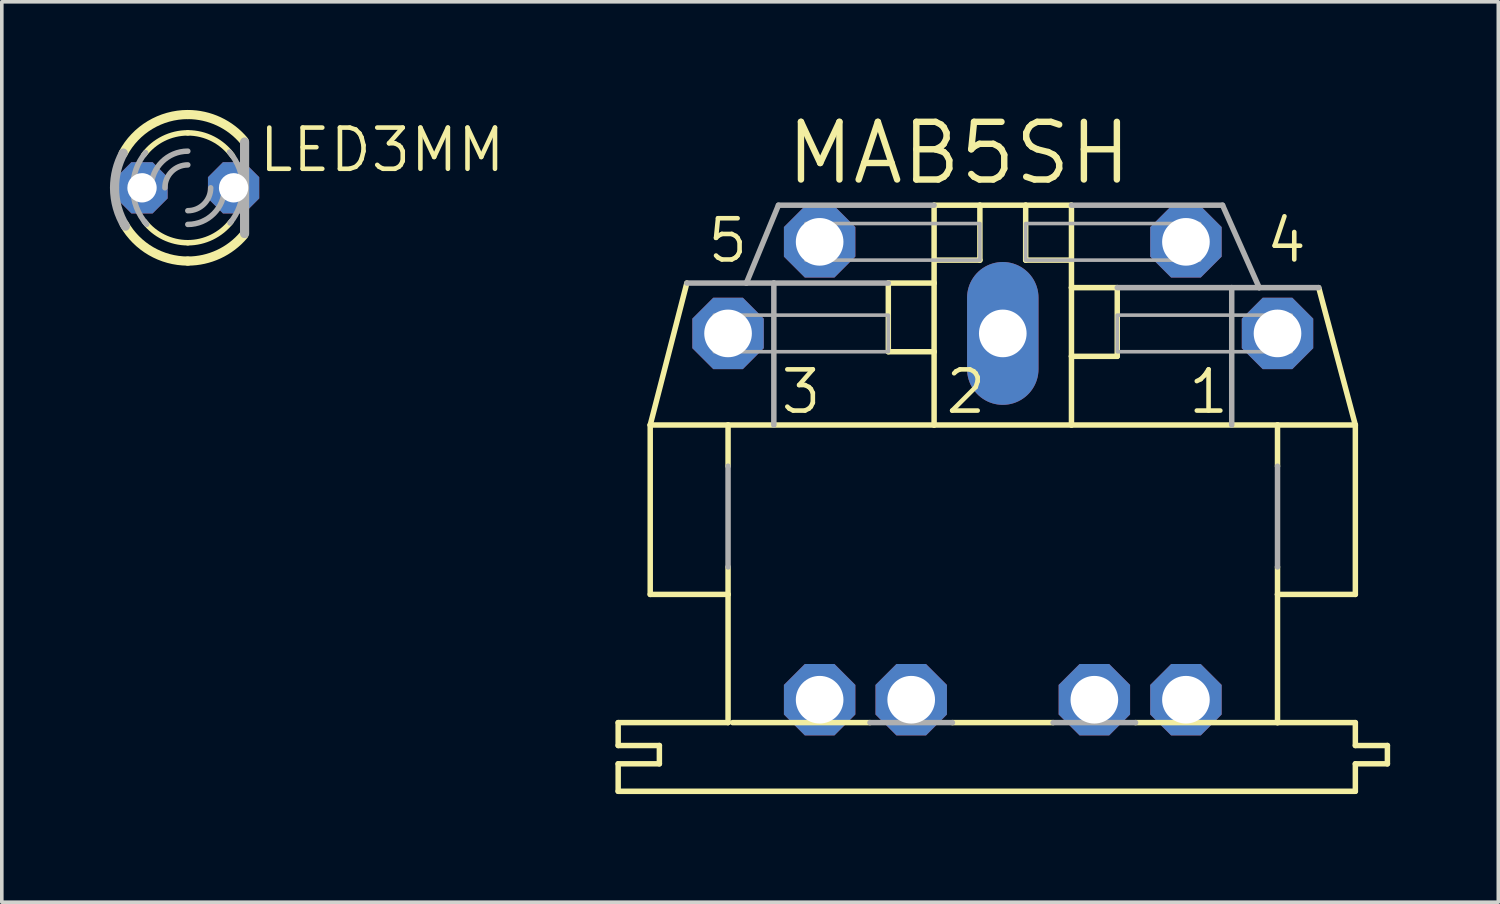
<source format=kicad_pcb>
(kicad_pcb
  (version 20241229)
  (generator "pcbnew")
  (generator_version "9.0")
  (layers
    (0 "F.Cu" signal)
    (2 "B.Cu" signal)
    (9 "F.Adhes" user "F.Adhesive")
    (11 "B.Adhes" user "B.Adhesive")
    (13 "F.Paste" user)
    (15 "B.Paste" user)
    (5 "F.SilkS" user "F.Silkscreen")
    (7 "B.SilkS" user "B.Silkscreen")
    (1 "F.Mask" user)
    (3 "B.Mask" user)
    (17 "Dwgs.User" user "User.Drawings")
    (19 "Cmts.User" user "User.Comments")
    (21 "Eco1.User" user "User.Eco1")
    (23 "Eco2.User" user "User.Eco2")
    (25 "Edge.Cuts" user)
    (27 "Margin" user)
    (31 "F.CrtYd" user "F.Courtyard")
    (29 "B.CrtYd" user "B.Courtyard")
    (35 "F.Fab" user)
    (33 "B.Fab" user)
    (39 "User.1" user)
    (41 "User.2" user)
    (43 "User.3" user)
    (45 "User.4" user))
  (footprint "MAB5SH"
    (layer "F.Cu")
    (at 24.764 13.818)
    (property "Reference" "MAB5SH" (at -6.096 -11.684 0) (layer "F.SilkS") (effects (font (size 1.6 1.6) (thickness 0.178)) (justify left bottom)))
    (fp_line (start -10.668 3.81) (end -10.668 3.175) (stroke (width 0.152) (type solid)) (layer "F.SilkS"))
    (fp_line (start -10.668 3.81) (end -9.525 3.81) (stroke (width 0.152) (type solid)) (layer "F.SilkS"))
    (fp_line (start -10.668 5.08) (end -10.668 4.318) (stroke (width 0.152) (type solid)) (layer "F.SilkS"))
    (fp_line (start -10.668 5.08) (end 9.779 5.08) (stroke (width 0.152) (type solid)) (layer "F.SilkS"))
    (fp_line (start -9.779 -0.381) (end -9.779 -5.08) (stroke (width 0.152) (type solid)) (layer "F.SilkS"))
    (fp_line (start -9.779 -0.381) (end -7.62 -0.381) (stroke (width 0.152) (type solid)) (layer "F.SilkS"))
    (fp_line (start -9.525 4.318) (end -10.668 4.318) (stroke (width 0.152) (type solid)) (layer "F.SilkS"))
    (fp_line (start -9.525 4.318) (end -9.525 3.81) (stroke (width 0.152) (type solid)) (layer "F.SilkS"))
    (fp_line (start -8.763 -9.017) (end -9.779 -5.08) (stroke (width 0.152) (type solid)) (layer "F.SilkS"))
    (fp_line (start -7.62 -5.08) (end -9.779 -5.08) (stroke (width 0.152) (type solid)) (layer "F.SilkS"))
    (fp_line (start -7.62 -5.08) (end -7.62 -3.937) (stroke (width 0.152) (type solid)) (layer "F.SilkS"))
    (fp_line (start -7.62 -0.381) (end -7.62 -1.143) (stroke (width 0.152) (type solid)) (layer "F.SilkS"))
    (fp_line (start -7.62 3.175) (end -10.668 3.175) (stroke (width 0.152) (type solid)) (layer "F.SilkS"))
    (fp_line (start -7.62 3.175) (end -7.62 -0.381) (stroke (width 0.152) (type solid)) (layer "F.SilkS"))
    (fp_line (start -7.493 3.175) (end -3.683 3.175) (stroke (width 0.152) (type solid)) (layer "F.SilkS"))
    (fp_line (start -3.175 -9.017) (end -3.175 -7.112) (stroke (width 0.152) (type solid)) (layer "F.SilkS"))
    (fp_line (start -1.905 -11.176) (end -1.905 -9.652) (stroke (width 0.152) (type solid)) (layer "F.SilkS"))
    (fp_line (start -1.905 -9.652) (end -1.905 -9.017) (stroke (width 0.152) (type solid)) (layer "F.SilkS"))
    (fp_line (start -1.905 -9.652) (end -0.635 -9.652) (stroke (width 0.152) (type solid)) (layer "F.SilkS"))
    (fp_line (start -1.905 -9.017) (end -3.175 -9.017) (stroke (width 0.152) (type solid)) (layer "F.SilkS"))
    (fp_line (start -1.905 -9.017) (end -1.905 -7.112) (stroke (width 0.152) (type solid)) (layer "F.SilkS"))
    (fp_line (start -1.905 -7.112) (end -3.175 -7.112) (stroke (width 0.152) (type solid)) (layer "F.SilkS"))
    (fp_line (start -1.905 -7.112) (end -1.905 -5.08) (stroke (width 0.152) (type solid)) (layer "F.SilkS"))
    (fp_line (start -1.905 -5.08) (end -7.62 -5.08) (stroke (width 0.152) (type solid)) (layer "F.SilkS"))
    (fp_line (start -1.397 3.175) (end 1.397 3.175) (stroke (width 0.152) (type solid)) (layer "F.SilkS"))
    (fp_line (start -0.635 -11.176) (end -1.905 -11.176) (stroke (width 0.152) (type solid)) (layer "F.SilkS"))
    (fp_line (start -0.635 -11.176) (end -0.635 -9.652) (stroke (width 0.152) (type solid)) (layer "F.SilkS"))
    (fp_line (start 0.635 -11.176) (end -0.635 -11.176) (stroke (width 0.152) (type solid)) (layer "F.SilkS"))
    (fp_line (start 0.635 -11.176) (end 0.635 -9.652) (stroke (width 0.152) (type solid)) (layer "F.SilkS"))
    (fp_line (start 1.905 -11.176) (end 0.635 -11.176) (stroke (width 0.152) (type solid)) (layer "F.SilkS"))
    (fp_line (start 1.905 -11.176) (end 1.905 -9.652) (stroke (width 0.152) (type solid)) (layer "F.SilkS"))
    (fp_line (start 1.905 -9.652) (end 0.635 -9.652) (stroke (width 0.152) (type solid)) (layer "F.SilkS"))
    (fp_line (start 1.905 -9.652) (end 1.905 -8.89) (stroke (width 0.152) (type solid)) (layer "F.SilkS"))
    (fp_line (start 1.905 -8.89) (end 1.905 -6.985) (stroke (width 0.152) (type solid)) (layer "F.SilkS"))
    (fp_line (start 1.905 -6.985) (end 1.905 -5.08) (stroke (width 0.152) (type solid)) (layer "F.SilkS"))
    (fp_line (start 1.905 -6.985) (end 3.175 -6.985) (stroke (width 0.152) (type solid)) (layer "F.SilkS"))
    (fp_line (start 1.905 -5.08) (end -1.905 -5.08) (stroke (width 0.152) (type solid)) (layer "F.SilkS"))
    (fp_line (start 3.175 -8.89) (end 1.905 -8.89) (stroke (width 0.152) (type solid)) (layer "F.SilkS"))
    (fp_line (start 3.175 -8.89) (end 3.175 -6.985) (stroke (width 0.152) (type solid)) (layer "F.SilkS"))
    (fp_line (start 3.683 3.175) (end 7.62 3.175) (stroke (width 0.152) (type solid)) (layer "F.SilkS"))
    (fp_line (start 7.62 -5.08) (end 1.905 -5.08) (stroke (width 0.152) (type solid)) (layer "F.SilkS"))
    (fp_line (start 7.62 -5.08) (end 7.62 -3.937) (stroke (width 0.152) (type solid)) (layer "F.SilkS"))
    (fp_line (start 7.62 -0.381) (end 7.62 -1.143) (stroke (width 0.152) (type solid)) (layer "F.SilkS"))
    (fp_line (start 7.62 3.175) (end 7.62 -0.381) (stroke (width 0.152) (type solid)) (layer "F.SilkS"))
    (fp_line (start 8.763 -8.89) (end 9.779 -5.08) (stroke (width 0.152) (type solid)) (layer "F.SilkS"))
    (fp_line (start 9.779 -5.08) (end 7.62 -5.08) (stroke (width 0.152) (type solid)) (layer "F.SilkS"))
    (fp_line (start 9.779 -0.381) (end 7.62 -0.381) (stroke (width 0.152) (type solid)) (layer "F.SilkS"))
    (fp_line (start 9.779 -0.381) (end 9.779 -5.08) (stroke (width 0.152) (type solid)) (layer "F.SilkS"))
    (fp_line (start 9.779 3.175) (end 7.62 3.175) (stroke (width 0.152) (type solid)) (layer "F.SilkS"))
    (fp_line (start 9.779 3.175) (end 9.779 3.81) (stroke (width 0.152) (type solid)) (layer "F.SilkS"))
    (fp_line (start 9.779 5.08) (end 9.779 4.318) (stroke (width 0.152) (type solid)) (layer "F.SilkS"))
    (fp_line (start 10.668 3.81) (end 9.779 3.81) (stroke (width 0.152) (type solid)) (layer "F.SilkS"))
    (fp_line (start 10.668 4.318) (end 9.779 4.318) (stroke (width 0.152) (type solid)) (layer "F.SilkS"))
    (fp_line (start 10.668 4.318) (end 10.668 3.81) (stroke (width 0.152) (type solid)) (layer "F.SilkS"))
    (fp_line (start -8.763 -9.017) (end -7.112 -9.017) (stroke (width 0.152) (type solid)) (layer "F.Fab"))
    (fp_line (start -7.62 -3.937) (end -7.62 -1.143) (stroke (width 0.152) (type solid)) (layer "F.Fab"))
    (fp_line (start -7.112 -9.017) (end -6.223 -11.176) (stroke (width 0.152) (type solid)) (layer "F.Fab"))
    (fp_line (start -6.35 -9.017) (end -7.112 -9.017) (stroke (width 0.152) (type solid)) (layer "F.Fab"))
    (fp_line (start -6.35 -9.017) (end -6.35 -5.08) (stroke (width 0.152) (type solid)) (layer "F.Fab"))
    (fp_line (start -3.175 -9.017) (end -6.35 -9.017) (stroke (width 0.152) (type solid)) (layer "F.Fab"))
    (fp_line (start -1.905 -11.176) (end -6.223 -11.176) (stroke (width 0.152) (type solid)) (layer "F.Fab"))
    (fp_line (start -1.397 3.175) (end -3.683 3.175) (stroke (width 0.152) (type solid)) (layer "F.Fab"))
    (fp_line (start 3.683 3.175) (end 1.397 3.175) (stroke (width 0.152) (type solid)) (layer "F.Fab"))
    (fp_line (start 6.096 -11.176) (end 1.905 -11.176) (stroke (width 0.152) (type solid)) (layer "F.Fab"))
    (fp_line (start 6.096 -11.176) (end 7.112 -8.89) (stroke (width 0.152) (type solid)) (layer "F.Fab"))
    (fp_line (start 6.35 -8.89) (end 3.175 -8.89) (stroke (width 0.152) (type solid)) (layer "F.Fab"))
    (fp_line (start 6.35 -8.89) (end 6.35 -5.08) (stroke (width 0.152) (type solid)) (layer "F.Fab"))
    (fp_line (start 7.112 -8.89) (end 6.35 -8.89) (stroke (width 0.152) (type solid)) (layer "F.Fab"))
    (fp_line (start 7.62 -3.937) (end 7.62 -1.143) (stroke (width 0.152) (type solid)) (layer "F.Fab"))
    (fp_line (start 8.763 -8.89) (end 7.112 -8.89) (stroke (width 0.152) (type solid)) (layer "F.Fab"))
    (fp_poly (pts (xy -8.001 -7.112) (xy -3.175 -7.112) (xy -3.175 -8.128) (xy -8.001 -8.128)) (stroke (width 0.1) (type default)) (fill no) (layer "F.Fab"))
    (fp_poly (pts (xy -5.461 -9.652) (xy -0.635 -9.652) (xy -0.635 -10.668) (xy -5.461 -10.668)) (stroke (width 0.1) (type default)) (fill no) (layer "F.Fab"))
    (fp_poly (pts (xy 0.635 -9.652) (xy 5.461 -9.652) (xy 5.461 -10.668) (xy 0.635 -10.668)) (stroke (width 0.1) (type default)) (fill no) (layer "F.Fab"))
    (fp_poly (pts (xy 3.175 -7.112) (xy 8.001 -7.112) (xy 8.001 -8.128) (xy 3.175 -8.128)) (stroke (width 0.1) (type default)) (fill no) (layer "F.Fab"))
    (fp_text user "4" (at 7.239 -9.525 0) (layer "F.SilkS") (effects (font (size 1.143 1.143) (thickness 0.127)) (justify left bottom)))
    (fp_text user "3" (at -6.223 -5.334 0) (layer "F.SilkS") (effects (font (size 1.143 1.143) (thickness 0.127)) (justify left bottom)))
    (fp_text user "1" (at 5.08 -5.334 0) (layer "F.SilkS") (effects (font (size 1.143 1.143) (thickness 0.127)) (justify left bottom)))
    (fp_text user "5" (at -8.255 -9.525 0) (layer "F.SilkS") (effects (font (size 1.143 1.143) (thickness 0.127)) (justify left bottom)))
    (fp_text user "2" (at -1.651 -5.334 0) (layer "F.SilkS") (effects (font (size 1.143 1.143) (thickness 0.127)) (justify left bottom)))
    (pad "1" thru_hole roundrect (at 7.62 -7.62) (size 1.981 1.981) (drill 1.321) (layers "*.Cu" "*.Mask") (roundrect_rratio 0.25) (chamfer_ratio 0.293) (chamfer top_left top_right bottom_left bottom_right))
    (pad "2" thru_hole oval (at 0 -7.62 90) (size 3.962 1.981) (drill 1.321) (layers "*.Cu" "*.Mask"))
    (pad "3" thru_hole roundrect (at -7.62 -7.62) (size 1.981 1.981) (drill 1.321) (layers "*.Cu" "*.Mask") (roundrect_rratio 0.25) (chamfer_ratio 0.293) (chamfer top_left top_right bottom_left bottom_right))
    (pad "4" thru_hole roundrect (at 5.08 -10.16) (size 1.981 1.981) (drill 1.321) (layers "*.Cu" "*.Mask") (roundrect_rratio 0.25) (chamfer_ratio 0.293) (chamfer top_left top_right bottom_left bottom_right))
    (pad "5" thru_hole roundrect (at -5.08 -10.16) (size 1.981 1.981) (drill 1.321) (layers "*.Cu" "*.Mask") (roundrect_rratio 0.25) (chamfer_ratio 0.293) (chamfer top_left top_right bottom_left bottom_right))
    (pad "P$1" thru_hole roundrect (at -5.08 2.54) (size 1.981 1.981) (drill 1.321) (layers "*.Cu" "*.Mask") (roundrect_rratio 0.25) (chamfer_ratio 0.293) (chamfer top_left top_right bottom_left bottom_right))
    (pad "P$2" thru_hole roundrect (at -2.54 2.54) (size 1.981 1.981) (drill 1.321) (layers "*.Cu" "*.Mask") (roundrect_rratio 0.25) (chamfer_ratio 0.293) (chamfer top_left top_right bottom_left bottom_right))
    (pad "P$3" thru_hole roundrect (at 2.54 2.54) (size 1.981 1.981) (drill 1.321) (layers "*.Cu" "*.Mask") (roundrect_rratio 0.25) (chamfer_ratio 0.293) (chamfer top_left top_right bottom_left bottom_right))
    (pad "P$4" thru_hole roundrect (at 5.08 2.54) (size 1.981 1.981) (drill 1.321) (layers "*.Cu" "*.Mask") (roundrect_rratio 0.25) (chamfer_ratio 0.293) (chamfer top_left top_right bottom_left bottom_right)))
  (footprint "LED3MM"
    (layer "F.Cu")
    (at 2.159 2.159)
    (property "Reference" "LED3MM" (at 1.905 -0.381 0) (layer "F.SilkS") (effects (font (size 1.143 1.143) (thickness 0.127)) (justify left bottom)))
    (fp_arc (start -1.7929 -0.9562) (mid -1.045438 -1.7424) (end 0 -2.032) (stroke (width 0.254) (type solid)) (layer "F.SilkS"))
    (fp_arc (start -1.2192 -0.9144) (mid -0.681554 -1.363107) (end 0 -1.524) (stroke (width 0.1524) (type solid)) (layer "F.SilkS"))
    (fp_arc (start 0 -2.032) (mid 0.861864 -1.840173) (end 1.561 -1.3009) (stroke (width 0.254) (type solid)) (layer "F.SilkS"))
    (fp_arc (start 0 -1.524) (mid 0.697339 -1.355082) (end 1.2401 -0.885801) (stroke (width 0.1524) (type solid)) (layer "F.SilkS"))
    (fp_arc (start 0 1.524) (mid -0.669593 1.369018) (end -1.203 0.9356) (stroke (width 0.1524) (type solid)) (layer "F.SilkS"))
    (fp_arc (start 0 2.032) (mid -1.019924 1.757525) (end -1.7643 1.0082) (stroke (width 0.254) (type solid)) (layer "F.SilkS"))
    (fp_arc (start 1.203 0.9356) (mid 0.669593 1.369018) (end 0 1.524) (stroke (width 0.1524) (type solid)) (layer "F.SilkS"))
    (fp_arc (start 1.5512 1.3126) (mid 0.854953 1.843405) (end 0 2.032) (stroke (width 0.254) (type solid)) (layer "F.SilkS"))
    (fp_line (start 1.575 1.27) (end 1.575 -1.27) (stroke (width 0.254) (type solid)) (layer "F.Fab"))
    (fp_arc (start -2.032 0) (mid -1.970339 -0.496775) (end -1.7891 -0.9634) (stroke (width 0.254) (type solid)) (layer "F.Fab"))
    (fp_arc (start -1.7306 1.065) (mid -1.95521 0.553417) (end -2.032 0) (stroke (width 0.254) (type solid)) (layer "F.Fab"))
    (fp_arc (start -1.524 0) (mid -1.432981 -0.518783) (end -1.1708 -0.9756) (stroke (width 0.1524) (type solid)) (layer "F.Fab"))
    (fp_arc (start -1.1391 1.0125) (mid -1.42454 0.5416) (end -1.524 0) (stroke (width 0.1524) (type solid)) (layer "F.Fab"))
    (fp_arc (start -1.016 0) (mid -0.71842 -0.71842) (end 0 -1.016) (stroke (width 0.1524) (type solid)) (layer "F.Fab"))
    (fp_arc (start -0.635 0) (mid -0.449013 -0.449013) (end 0 -0.635) (stroke (width 0.1524) (type solid)) (layer "F.Fab"))
    (fp_arc (start 0.635 0) (mid 0.449013 0.449013) (end 0 0.635) (stroke (width 0.1524) (type solid)) (layer "F.Fab"))
    (fp_arc (start 1.016 0) (mid 0.71842 0.71842) (end 0 1.016) (stroke (width 0.1524) (type solid)) (layer "F.Fab"))
    (fp_arc (start 1.1571 -0.9918) (mid 1.429332 -0.528744) (end 1.524 0) (stroke (width 0.1524) (type solid)) (layer "F.Fab"))
    (fp_arc (start 1.524 0) (mid 1.432981 0.518783) (end 1.1708 0.9756) (stroke (width 0.1524) (type solid)) (layer "F.Fab"))
    (pad "A" thru_hole roundrect (at -1.27 0) (size 1.422 1.422) (drill 0.813) (layers "*.Cu" "*.Mask") (roundrect_rratio 0.25) (chamfer_ratio 0.293) (chamfer top_left top_right bottom_left bottom_right))
    (pad "K" thru_hole roundrect (at 1.27 0) (size 1.422 1.422) (drill 0.813) (layers "*.Cu" "*.Mask") (roundrect_rratio 0.25) (chamfer_ratio 0.293) (chamfer top_left top_right bottom_left bottom_right)))
  (gr_rect
    (start -3 -3)
    (end 38.508 21.974)
    (stroke (width 0.1) (type default))
    (fill no)
    (layer "Edge.Cuts")))
</source>
